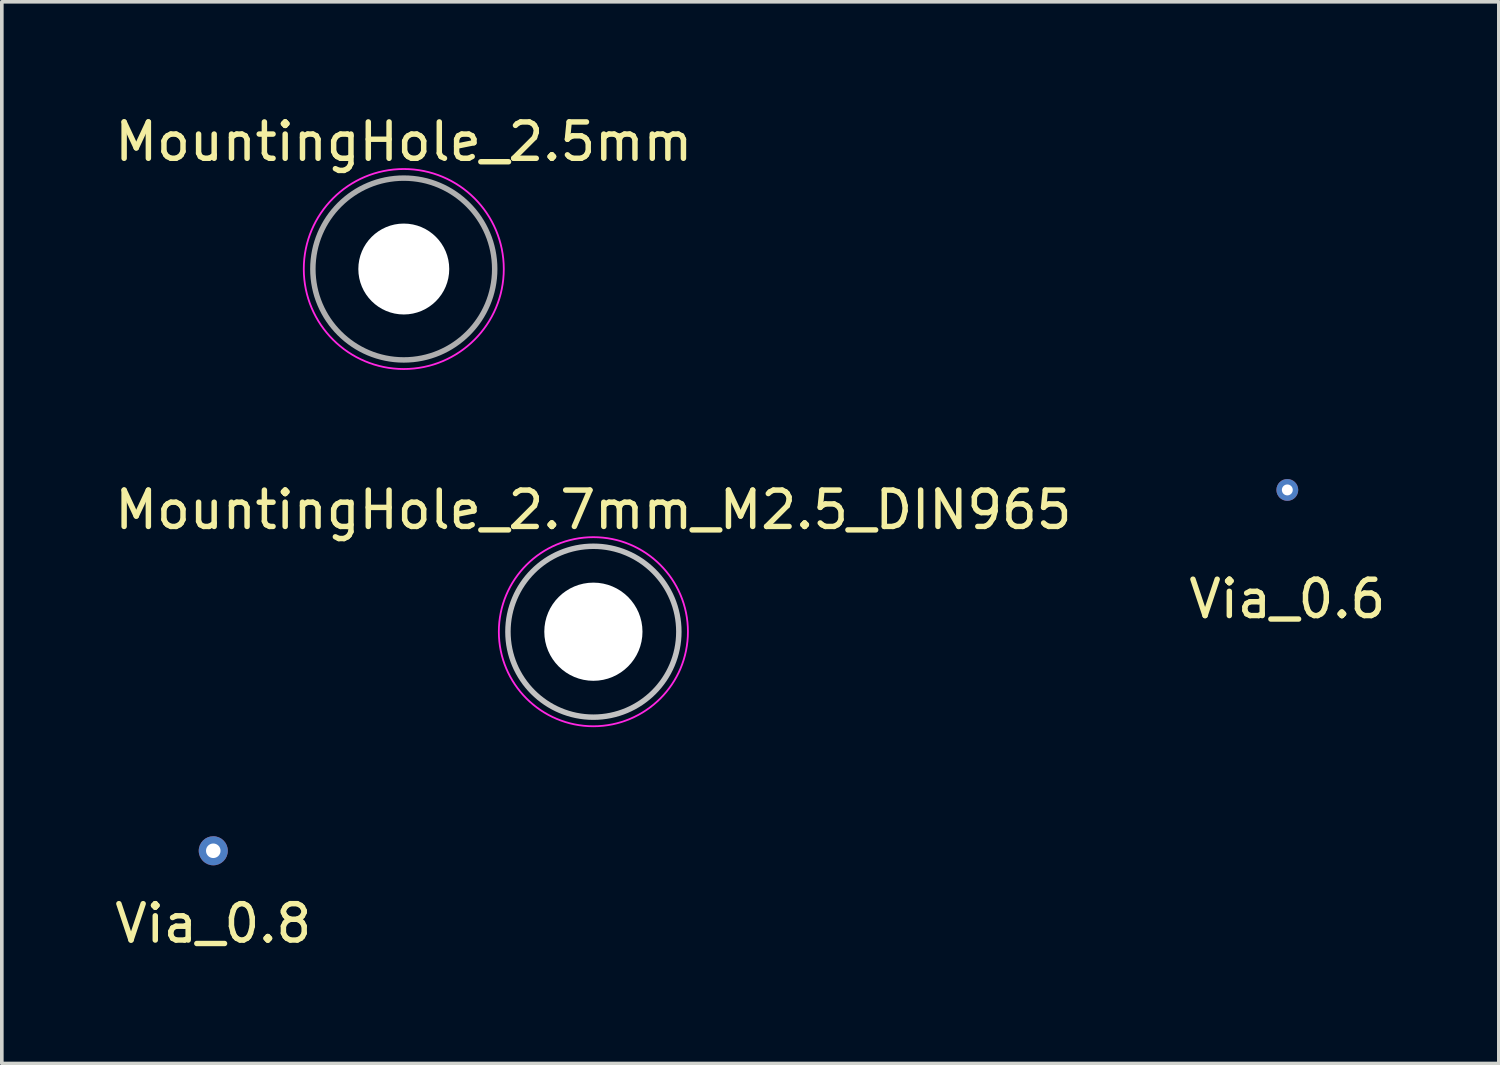
<source format=kicad_pcb>
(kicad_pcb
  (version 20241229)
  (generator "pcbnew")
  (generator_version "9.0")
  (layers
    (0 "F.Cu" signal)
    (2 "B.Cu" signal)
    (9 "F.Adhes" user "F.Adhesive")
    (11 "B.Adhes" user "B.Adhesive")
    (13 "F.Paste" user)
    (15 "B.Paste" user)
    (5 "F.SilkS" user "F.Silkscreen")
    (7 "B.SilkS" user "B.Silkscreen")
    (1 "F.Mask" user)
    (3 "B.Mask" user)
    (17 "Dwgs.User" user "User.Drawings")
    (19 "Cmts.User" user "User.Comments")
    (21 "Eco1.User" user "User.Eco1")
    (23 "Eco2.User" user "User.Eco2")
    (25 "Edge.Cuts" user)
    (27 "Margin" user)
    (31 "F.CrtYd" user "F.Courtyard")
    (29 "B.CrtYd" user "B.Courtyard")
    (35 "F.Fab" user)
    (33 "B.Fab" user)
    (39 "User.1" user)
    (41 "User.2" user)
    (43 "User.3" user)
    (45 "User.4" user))
  (footprint "Via_0.8"
    (layer "F.Cu")
    (at 2.815 20.346)
    (property "Reference" "Via_0.8" (at 0 2 0) (layer "F.SilkS") (effects (font (size 1 1) (thickness 0.15))))
    (attr through_hole)
    (pad "0" thru_hole circle (at 0 0) (size 0.8 0.8) (drill 0.4) (layers "*.Cu")))
  (footprint "MountingHole_2.7mm_M2.5_DIN965"
    (layer "F.Cu")
    (at 13.268 14.322)
    (property "Reference" "MountingHole_2.7mm_M2.5_DIN965" (at 0 -3.35 0) (layer "F.SilkS") (effects (font (size 1 1) (thickness 0.15))))
    (attr exclude_from_pos_files exclude_from_bom)
    (fp_circle (center 0 0) (end 2.35 0) (stroke (width 0.15) (type solid)) (fill no) (layer "Dwgs.User"))
    (fp_circle (center 0 0) (end 2.6 0) (stroke (width 0.05) (type solid)) (fill no) (layer "F.CrtYd"))
    (pad "" np_thru_hole circle (at 0 0) (size 2.7 2.7) (drill 2.7) (layers "*.Cu" "*.Mask")))
  (footprint "Via_0.6"
    (layer "F.Cu")
    (at 32.351 10.423)
    (property "Reference" "Via_0.6" (at 0 3 0) (layer "F.SilkS") (effects (font (size 1 1) (thickness 0.15))))
    (attr through_hole)
    (pad "0" thru_hole circle (at 0 0) (size 0.6 0.6) (drill 0.3) (layers "*.Cu")))
  (footprint "MountingHole_2.5mm"
    (layer "F.Cu")
    (at 8.054 4.348)
    (property "Reference" "MountingHole_2.5mm" (at 0 -3.5 0) (layer "F.SilkS") (effects (font (size 1 1) (thickness 0.15))))
    (attr exclude_from_pos_files exclude_from_bom)
    (fp_circle (center 0 0) (end 2.75 0) (stroke (width 0.05) (type solid)) (fill no) (layer "F.CrtYd"))
    (fp_circle (center 0 0) (end 2.5 0) (stroke (width 0.15) (type solid)) (fill no) (layer "F.Fab"))
    (pad "" np_thru_hole circle (at 0 0) (size 2.5 2.5) (drill 2.5) (layers "*.Cu" "*.Mask")))
  (gr_rect
    (start -3 -3)
    (end 38.167 26.195)
    (stroke (width 0.1) (type default))
    (fill no)
    (layer "Edge.Cuts")))
</source>
